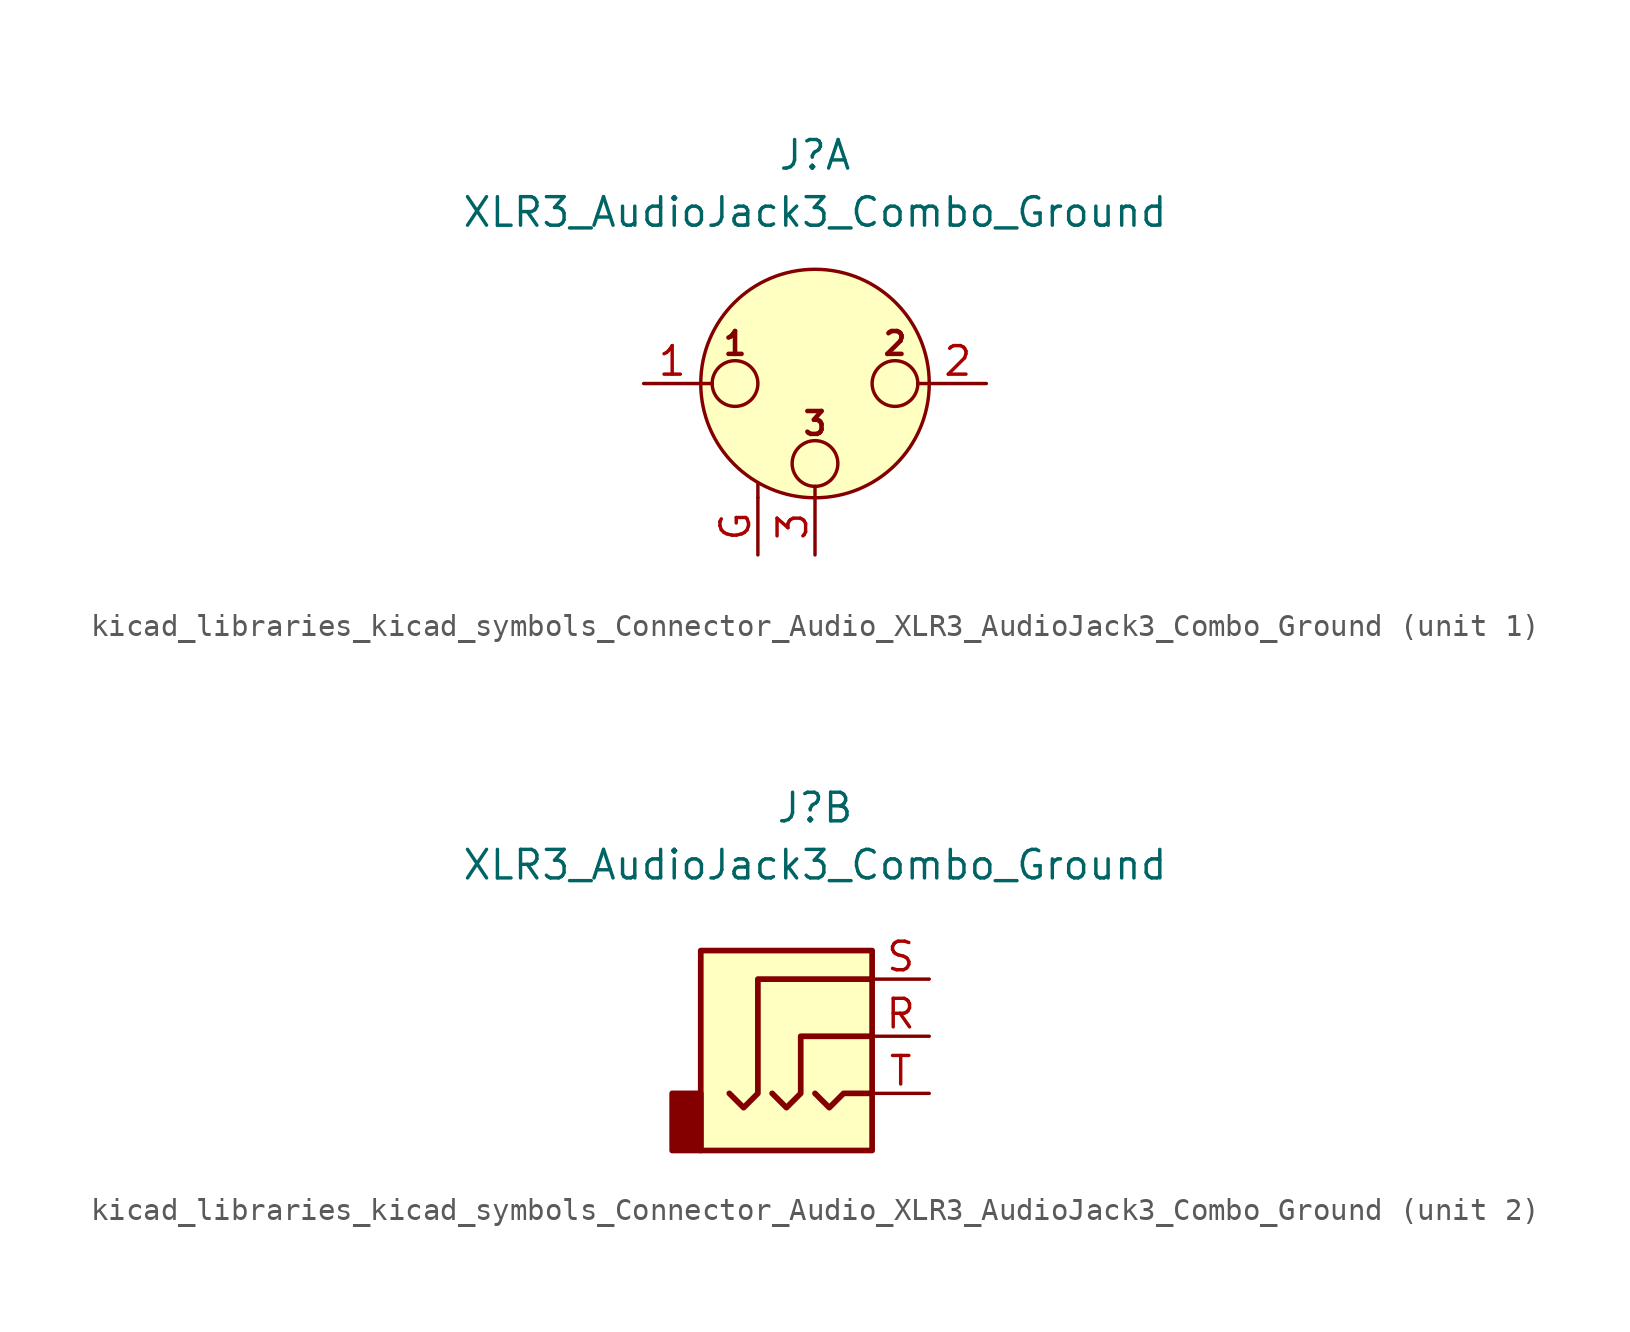
<source format=kicad_sym>
(kicad_symbol_lib
  (version 20220914)
  (generator kicad_symbol_editor)
  (symbol "kicad_libraries_kicad_symbols_Connector_Audio_XLR3_AudioJack3_Combo_Ground"
    (pin_names hide)
    (property "Reference" "J"
      (at 0 10.16 0)
      (effects (font (size 1.27 1.27))))
    (property "Value" "XLR3_AudioJack3_Combo_Ground"
      (at 0 7.62 0)
      (effects (font (size 1.27 1.27))))
    (symbol "kicad_libraries_kicad_symbols_Connector_Audio_XLR3_AudioJack3_Combo_Ground_1_1"
      (circle (center -3.556 0) (radius 1.016) (stroke (width 0) (type default)) (fill (type none)))
      (circle (center 0 -3.556) (radius 1.016) (stroke (width 0) (type default)) (fill (type none)))
      (polyline (pts (xy -5.08 0) (xy -4.572 0)) (stroke (width 0) (type default)) (fill (type none)))
      (polyline (pts (xy -2.54 -5.08) (xy -2.54 -4.445)) (stroke (width 0) (type default)) (fill (type none)))
      (polyline (pts (xy 0 -5.08) (xy 0 -4.572)) (stroke (width 0) (type default)) (fill (type none)))
      (polyline (pts (xy 5.08 0) (xy 4.572 0)) (stroke (width 0) (type default)) (fill (type none)))
      (circle (center 0 0) (radius 5.08) (stroke (width 0) (type default)) (fill (type background)))
      (circle (center 3.556 0) (radius 1.016) (stroke (width 0) (type default)) (fill (type none)))
      (text "1" (at -3.556 1.778 0) (effects (font (size 1.016 1.016) bold)))
      (text "2" (at 3.556 1.778 0) (effects (font (size 1.016 1.016) bold)))
      (text "3" (at 0 -1.778 0) (effects (font (size 1.016 1.016) bold)))
      (pin passive line (at -7.62 0 0) (length 2.54) (name "~" (effects (font (size 1.27 1.27)))) (number "1" (effects (font (size 1.27 1.27)))))
      (pin passive line (at 7.62 0 180) (length 2.54) (name "~" (effects (font (size 1.27 1.27)))) (number "2" (effects (font (size 1.27 1.27)))))
      (pin passive line (at 0 -7.62 90) (length 2.54) (name "~" (effects (font (size 1.27 1.27)))) (number "3" (effects (font (size 1.27 1.27)))))
      (pin passive line (at -2.54 -7.62 90) (length 2.54) (name "~" (effects (font (size 1.27 1.27)))) (number "G" (effects (font (size 1.27 1.27))))))
    (symbol "kicad_libraries_kicad_symbols_Connector_Audio_XLR3_AudioJack3_Combo_Ground_2_1"
      (rectangle (start -5.08 -2.54) (end -6.35 -5.08) (stroke (width 0.254) (type default)) (fill (type outline)))
      (polyline (pts (xy 0 -2.54) (xy 0.635 -3.175) (xy 1.27 -2.54) (xy 2.54 -2.54)) (stroke (width 0.254) (type default)) (fill (type none)))
      (polyline (pts (xy -1.905 -2.54) (xy -1.27 -3.175) (xy -0.635 -2.54) (xy -0.635 0) (xy 2.54 0)) (stroke (width 0.254) (type default)) (fill (type none)))
      (polyline (pts (xy 2.54 2.54) (xy -2.54 2.54) (xy -2.54 -2.54) (xy -3.175 -3.175) (xy -3.81 -2.54)) (stroke (width 0.254) (type default)) (fill (type none)))
      (rectangle (start 2.54 3.81) (end -5.08 -5.08) (stroke (width 0.254) (type default)) (fill (type background)))
      (pin passive line (at 5.08 0 180) (length 2.54) (name "~" (effects (font (size 1.27 1.27)))) (number "R" (effects (font (size 1.27 1.27)))))
      (pin passive line (at 5.08 2.54 180) (length 2.54) (name "~" (effects (font (size 1.27 1.27)))) (number "S" (effects (font (size 1.27 1.27)))))
      (pin passive line (at 5.08 -2.54 180) (length 2.54) (name "~" (effects (font (size 1.27 1.27)))) (number "T" (effects (font (size 1.27 1.27))))))))
</source>
